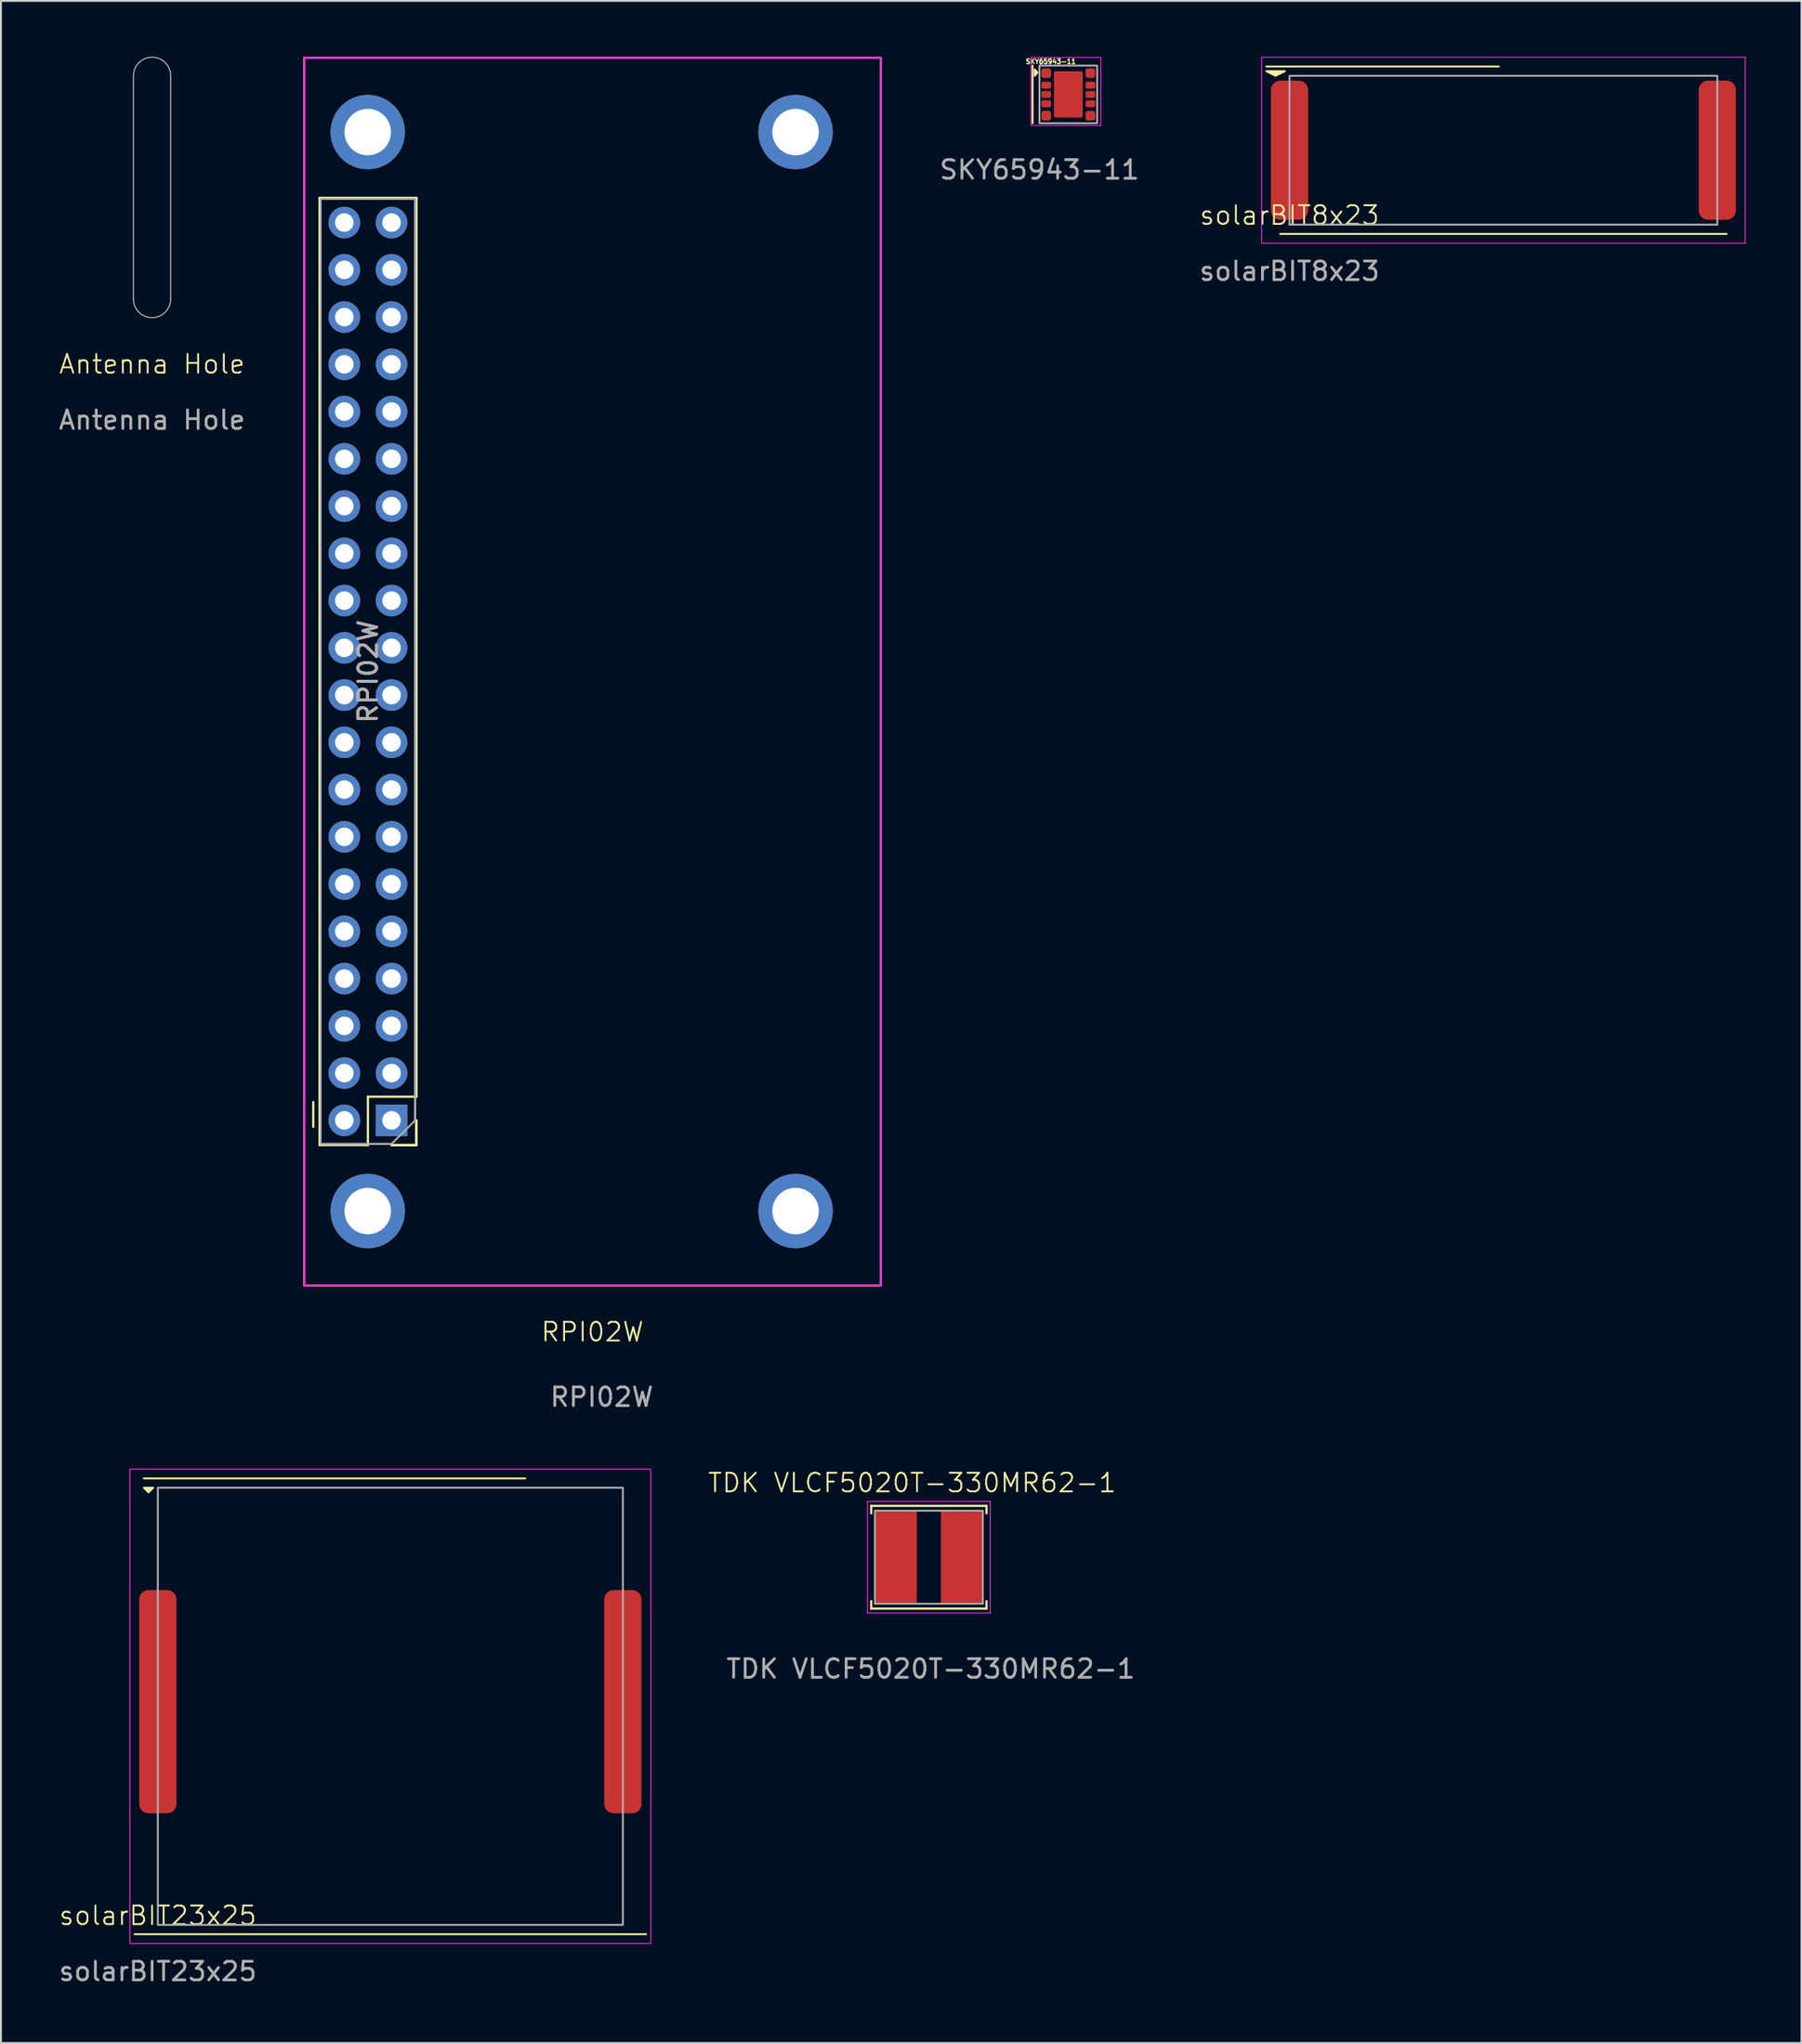
<source format=kicad_pcb>
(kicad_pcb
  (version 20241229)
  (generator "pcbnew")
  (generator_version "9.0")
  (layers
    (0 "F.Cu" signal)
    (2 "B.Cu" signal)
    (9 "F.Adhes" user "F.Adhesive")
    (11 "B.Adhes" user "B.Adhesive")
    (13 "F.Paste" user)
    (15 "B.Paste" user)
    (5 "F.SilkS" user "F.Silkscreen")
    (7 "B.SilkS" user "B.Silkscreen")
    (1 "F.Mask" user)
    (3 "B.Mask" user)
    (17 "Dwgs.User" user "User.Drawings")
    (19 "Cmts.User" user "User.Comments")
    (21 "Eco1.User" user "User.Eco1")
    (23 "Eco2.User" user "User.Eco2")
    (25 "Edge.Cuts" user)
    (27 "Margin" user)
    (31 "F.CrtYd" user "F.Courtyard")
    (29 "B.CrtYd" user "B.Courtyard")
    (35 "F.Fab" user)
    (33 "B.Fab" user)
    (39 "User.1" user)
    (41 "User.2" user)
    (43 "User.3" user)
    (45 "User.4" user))
  (footprint "solarBIT23x25"
    (layer "F.Cu")
    (at 5.435 100.423)
    (property "Reference" "solarBIT23x25" (at 0 -0.5 0) (unlocked yes) (layer "F.SilkS") (effects (font (size 1 1) (thickness 0.1))))
    (attr smd)
    (fp_line (start -0.75 -24) (end 19.75 -24) (stroke (width 0.1) (type default)) (layer "F.SilkS"))
    (fp_line (start 26.25 0.5) (end -1.25 0.5) (stroke (width 0.1) (type default)) (layer "F.SilkS"))
    (fp_poly (pts (xy -0.75 -23.5) (xy -0.5 -23.25) (xy -0.25 -23.5)) (stroke (width 0.1) (type solid)) (fill yes) (layer "F.SilkS"))
    (fp_rect (start -1.5 -24.5) (end 26.5 1) (stroke (width 0.05) (type default)) (fill no) (layer "F.CrtYd"))
    (fp_rect (start 0 -23.5) (end 25 0) (stroke (width 0.1) (type default)) (fill no) (layer "F.Fab"))
    (fp_text user "${REFERENCE}" (at 0 2.5 0) (unlocked yes) (layer "F.Fab") (effects (font (size 1 1) (thickness 0.15))))
    (pad "1" smd roundrect (at 0 -12) (size 2 12) (layers "F.Cu" "F.Mask" "F.Paste") (roundrect_rratio 0.25))
    (pad "2" smd roundrect (at 25 -12) (size 2 12) (layers "F.Cu" "F.Mask" "F.Paste") (roundrect_rratio 0.25)))
  (footprint "Antenna Hole"
    (layer "F.Cu")
    (at 5.125 17.025)
    (property "Reference" "Antenna Hole" (at 0 -0.5 0) (unlocked yes) (layer "F.SilkS") (effects (font (size 1 1) (thickness 0.1))))
    (attr through_hole)
    (fp_line (start -1 -16) (end -1 -4) (stroke (width 0.05) (type default)) (layer "Edge.Cuts"))
    (fp_line (start 1 -16) (end 1 -4) (stroke (width 0.05) (type default)) (layer "Edge.Cuts"))
    (fp_arc (start -1 -16) (mid 0 -17) (end 1 -16) (stroke (width 0.05) (type default)) (layer "Edge.Cuts"))
    (fp_arc (start 1 -4) (mid 0 -3) (end -1 -4) (stroke (width 0.05) (type default)) (layer "Edge.Cuts"))
    (fp_text user "${REFERENCE}" (at 0 2.5 0) (unlocked yes) (layer "F.Fab") (effects (font (size 1 1) (thickness 0.15)))))
  (footprint "TDK VLCF5020T-330MR62-1"
    (layer "F.Cu")
    (at 46.986 80.659)
    (property "Reference" "TDK VLCF5020T-330MR62-1" (at -1 -4 0) (unlocked yes) (layer "F.SilkS") (effects (font (size 1 1) (thickness 0.1))))
    (attr smd)
    (fp_line (start -3.2 -2.76) (end -3.2 -2.36) (stroke (width 0.12) (type solid)) (layer "F.SilkS"))
    (fp_line (start -3.2 -2.76) (end 3 -2.76) (stroke (width 0.12) (type solid)) (layer "F.SilkS"))
    (fp_line (start -3.2 2.76) (end -3.2 2.36) (stroke (width 0.12) (type solid)) (layer "F.SilkS"))
    (fp_line (start -3.2 2.76) (end 3 2.76) (stroke (width 0.12) (type solid)) (layer "F.SilkS"))
    (fp_line (start 3 -2.76) (end 3 -2.36) (stroke (width 0.12) (type solid)) (layer "F.SilkS"))
    (fp_line (start 3 2.76) (end 3 2.36) (stroke (width 0.12) (type solid)) (layer "F.SilkS"))
    (fp_line (start -3.4 -3) (end -3.4 3) (stroke (width 0.05) (type solid)) (layer "F.CrtYd"))
    (fp_line (start -3.4 3) (end 3.2 3) (stroke (width 0.05) (type solid)) (layer "F.CrtYd"))
    (fp_line (start 3.2 -3) (end -3.4 -3) (stroke (width 0.05) (type solid)) (layer "F.CrtYd"))
    (fp_line (start 3.2 3) (end 3.2 -3) (stroke (width 0.05) (type solid)) (layer "F.CrtYd"))
    (fp_line (start -3 -2.5) (end -3 2.5) (stroke (width 0.1) (type solid)) (layer "F.Fab"))
    (fp_line (start -3 2.5) (end 2.8 2.5) (stroke (width 0.1) (type solid)) (layer "F.Fab"))
    (fp_line (start 2.8 -2.5) (end -3 -2.5) (stroke (width 0.1) (type solid)) (layer "F.Fab"))
    (fp_line (start 2.8 2.5) (end 2.8 -2.5) (stroke (width 0.1) (type solid)) (layer "F.Fab"))
    (fp_text user "${REFERENCE}" (at 0 6 0) (unlocked yes) (layer "F.Fab") (effects (font (size 1 1) (thickness 0.15))))
    (pad "1" smd rect (at -1.85 0) (size 2.2 4.9) (layers "F.Cu" "F.Mask" "F.Paste"))
    (pad "2" smd rect (at 1.65 0) (size 2.2 4.9) (layers "F.Cu" "F.Mask" "F.Paste")))
  (footprint "solarBIT8x23"
    (layer "F.Cu")
    (at 66.273 9.025)
    (property "Reference" "solarBIT8x23" (at 0 -0.5 0) (unlocked yes) (layer "F.SilkS") (effects (font (size 1 1) (thickness 0.1))))
    (attr smd)
    (fp_line (start -1.25 -8.5) (end 11.25 -8.5) (stroke (width 0.1) (type default)) (layer "F.SilkS"))
    (fp_line (start -0.5 0.5) (end 23.5 0.5) (stroke (width 0.1) (type default)) (layer "F.SilkS"))
    (fp_poly (pts (xy -1.25 -8.25) (xy -0.75 -8) (xy -0.25 -8.25)) (stroke (width 0.1) (type solid)) (fill yes) (layer "F.SilkS"))
    (fp_rect (start -1.5 -9) (end 24.5 1) (stroke (width 0.05) (type default)) (fill no) (layer "F.CrtYd"))
    (fp_rect (start 0 -8) (end 23 0) (stroke (width 0.1) (type default)) (fill no) (layer "F.Fab"))
    (fp_text user "${REFERENCE}" (at 0 2.5 0) (unlocked yes) (layer "F.Fab") (effects (font (size 1 1) (thickness 0.15))))
    (pad "1" smd roundrect (at 0 -4) (size 2 7.48) (layers "F.Cu" "F.Mask" "F.Paste") (roundrect_rratio 0.25))
    (pad "2" smd roundrect (at 23 -4) (size 2 7.48) (layers "F.Cu" "F.Mask" "F.Paste") (roundrect_rratio 0.25)))
  (footprint "RPI02W"
    (layer "F.Cu")
    (at 28.8 27.55)
    (property "Reference" "RPI02W" (at 0 41 0) (unlocked yes) (layer "F.SilkS") (effects (font (size 1 1) (thickness 0.1))))
    (attr smd)
    (fp_line (start -15.01 28.645) (end -15.01 29.975) (stroke (width 0.12) (type solid)) (layer "F.SilkS"))
    (fp_line (start -14.67 30.955) (end -14.67 -19.965) (stroke (width 0.12) (type solid)) (layer "F.SilkS"))
    (fp_line (start -12.07 28.355) (end -12.07 30.955) (stroke (width 0.12) (type solid)) (layer "F.SilkS"))
    (fp_line (start -12.07 30.955) (end -14.67 30.955) (stroke (width 0.12) (type solid)) (layer "F.SilkS"))
    (fp_line (start -9.47 -19.965) (end -14.67 -19.965) (stroke (width 0.12) (type solid)) (layer "F.SilkS"))
    (fp_line (start -9.47 28.355) (end -12.07 28.355) (stroke (width 0.12) (type solid)) (layer "F.SilkS"))
    (fp_line (start -9.47 28.355) (end -9.47 -19.965) (stroke (width 0.12) (type solid)) (layer "F.SilkS"))
    (fp_line (start -9.47 28.355) (end -9.47 -19.965) (stroke (width 0.12) (type solid)) (layer "F.SilkS"))
    (fp_line (start -9.47 29.625) (end -9.47 30.955) (stroke (width 0.12) (type solid)) (layer "F.SilkS"))
    (fp_line (start -9.47 29.625) (end -9.47 30.955) (stroke (width 0.12) (type solid)) (layer "F.SilkS"))
    (fp_line (start -9.47 30.955) (end -10.8 30.955) (stroke (width 0.12) (type solid)) (layer "F.SilkS"))
    (fp_line (start -9.47 30.955) (end -10.8 30.955) (stroke (width 0.12) (type solid)) (layer "F.SilkS"))
    (fp_line (start -9.47 30.955) (end -10.8 30.955) (stroke (width 0.12) (type solid)) (layer "F.SilkS"))
    (fp_rect (start -15.5 -27.5) (end 15.5 38.5) (stroke (width 0.1) (type default)) (fill no) (layer "F.SilkS"))
    (fp_rect (start -15.5 -27.5) (end 15.5 38.5) (stroke (width 0.1) (type default)) (fill no) (layer "F.CrtYd"))
    (fp_line (start -14.61 -19.905) (end -9.53 -19.905) (stroke (width 0.1) (type solid)) (layer "F.Fab"))
    (fp_line (start -14.61 30.895) (end -14.61 -19.905) (stroke (width 0.1) (type solid)) (layer "F.Fab"))
    (fp_line (start -10.8 30.895) (end -14.61 30.895) (stroke (width 0.1) (type solid)) (layer "F.Fab"))
    (fp_line (start -10.8 30.895) (end -14.61 30.895) (stroke (width 0.1) (type solid)) (layer "F.Fab"))
    (fp_line (start -9.53 -19.905) (end -9.53 29.625) (stroke (width 0.1) (type solid)) (layer "F.Fab"))
    (fp_line (start -9.53 -19.905) (end -9.53 29.625) (stroke (width 0.1) (type solid)) (layer "F.Fab"))
    (fp_line (start -9.53 29.625) (end -10.8 30.895) (stroke (width 0.1) (type solid)) (layer "F.Fab"))
    (fp_text user "${REFERENCE}" (at 0.5 44.5 0) (unlocked yes) (layer "F.Fab") (effects (font (size 1 1) (thickness 0.15))))
    (fp_text user "${REFERENCE}" (at -12.07 5.495 270) (layer "F.Fab") (effects (font (size 1 1) (thickness 0.15))))
    (fp_text user "${REFERENCE}" (at -12.07 5.495 270) (layer "F.Fab") (effects (font (size 1 1) (thickness 0.15))))
    (fp_text user "${REFERENCE}" (at -12.07 5.495 270) (layer "F.Fab") (effects (font (size 1 1) (thickness 0.15))))
    (pad "1" thru_hole rect (at -10.8 29.625 180) (size 1.7 1.7) (drill 1) (layers "*.Cu" "*.Mask"))
    (pad "2" thru_hole oval (at -13.34 29.625 180) (size 1.7 1.7) (drill 1) (layers "*.Cu" "*.Mask"))
    (pad "3" thru_hole oval (at -10.8 27.085 180) (size 1.7 1.7) (drill 1) (layers "*.Cu" "*.Mask"))
    (pad "4" thru_hole oval (at -13.34 27.085 180) (size 1.7 1.7) (drill 1) (layers "*.Cu" "*.Mask"))
    (pad "5" thru_hole oval (at -10.8 24.545 180) (size 1.7 1.7) (drill 1) (layers "*.Cu" "*.Mask"))
    (pad "6" thru_hole oval (at -13.34 24.545 180) (size 1.7 1.7) (drill 1) (layers "*.Cu" "*.Mask"))
    (pad "7" thru_hole oval (at -10.8 22.005 180) (size 1.7 1.7) (drill 1) (layers "*.Cu" "*.Mask"))
    (pad "8" thru_hole oval (at -13.34 22.005 180) (size 1.7 1.7) (drill 1) (layers "*.Cu" "*.Mask"))
    (pad "9" thru_hole oval (at -10.8 19.465 180) (size 1.7 1.7) (drill 1) (layers "*.Cu" "*.Mask"))
    (pad "10" thru_hole oval (at -13.34 19.465 180) (size 1.7 1.7) (drill 1) (layers "*.Cu" "*.Mask"))
    (pad "11" thru_hole oval (at -10.8 16.925 180) (size 1.7 1.7) (drill 1) (layers "*.Cu" "*.Mask"))
    (pad "12" thru_hole oval (at -13.34 16.925 180) (size 1.7 1.7) (drill 1) (layers "*.Cu" "*.Mask"))
    (pad "13" thru_hole oval (at -10.8 14.385 180) (size 1.7 1.7) (drill 1) (layers "*.Cu" "*.Mask"))
    (pad "14" thru_hole oval (at -13.34 14.385 180) (size 1.7 1.7) (drill 1) (layers "*.Cu" "*.Mask"))
    (pad "15" thru_hole oval (at -10.8 11.845 180) (size 1.7 1.7) (drill 1) (layers "*.Cu" "*.Mask"))
    (pad "16" thru_hole oval (at -13.34 11.845 180) (size 1.7 1.7) (drill 1) (layers "*.Cu" "*.Mask"))
    (pad "17" thru_hole oval (at -10.8 9.305 180) (size 1.7 1.7) (drill 1) (layers "*.Cu" "*.Mask"))
    (pad "18" thru_hole oval (at -13.34 9.305 180) (size 1.7 1.7) (drill 1) (layers "*.Cu" "*.Mask"))
    (pad "19" thru_hole oval (at -10.8 6.765 180) (size 1.7 1.7) (drill 1) (layers "*.Cu" "*.Mask"))
    (pad "20" thru_hole oval (at -13.34 6.765 180) (size 1.7 1.7) (drill 1) (layers "*.Cu" "*.Mask"))
    (pad "21" thru_hole oval (at -10.8 4.225 180) (size 1.7 1.7) (drill 1) (layers "*.Cu" "*.Mask"))
    (pad "22" thru_hole oval (at -13.34 4.225 180) (size 1.7 1.7) (drill 1) (layers "*.Cu" "*.Mask"))
    (pad "23" thru_hole oval (at -10.8 1.685 180) (size 1.7 1.7) (drill 1) (layers "*.Cu" "*.Mask"))
    (pad "24" thru_hole oval (at -13.34 1.685 180) (size 1.7 1.7) (drill 1) (layers "*.Cu" "*.Mask"))
    (pad "25" thru_hole oval (at -10.8 -0.855 180) (size 1.7 1.7) (drill 1) (layers "*.Cu" "*.Mask"))
    (pad "26" thru_hole oval (at -13.34 -0.855 180) (size 1.7 1.7) (drill 1) (layers "*.Cu" "*.Mask"))
    (pad "27" thru_hole oval (at -10.8 -3.395 180) (size 1.7 1.7) (drill 1) (layers "*.Cu" "*.Mask"))
    (pad "28" thru_hole oval (at -13.34 -3.395 180) (size 1.7 1.7) (drill 1) (layers "*.Cu" "*.Mask"))
    (pad "29" thru_hole oval (at -10.8 -5.935 180) (size 1.7 1.7) (drill 1) (layers "*.Cu" "*.Mask"))
    (pad "30" thru_hole oval (at -13.34 -5.935 180) (size 1.7 1.7) (drill 1) (layers "*.Cu" "*.Mask"))
    (pad "31" thru_hole oval (at -10.8 -8.475 180) (size 1.7 1.7) (drill 1) (layers "*.Cu" "*.Mask"))
    (pad "32" thru_hole oval (at -13.34 -8.475 180) (size 1.7 1.7) (drill 1) (layers "*.Cu" "*.Mask"))
    (pad "33" thru_hole oval (at -10.8 -11.015 180) (size 1.7 1.7) (drill 1) (layers "*.Cu" "*.Mask"))
    (pad "34" thru_hole oval (at -13.34 -11.015 180) (size 1.7 1.7) (drill 1) (layers "*.Cu" "*.Mask"))
    (pad "35" thru_hole oval (at -10.8 -13.555 180) (size 1.7 1.7) (drill 1) (layers "*.Cu" "*.Mask"))
    (pad "36" thru_hole oval (at -13.34 -13.555 180) (size 1.7 1.7) (drill 1) (layers "*.Cu" "*.Mask"))
    (pad "37" thru_hole oval (at -10.8 -16.095 180) (size 1.7 1.7) (drill 1) (layers "*.Cu" "*.Mask"))
    (pad "38" thru_hole oval (at -13.34 -16.095 180) (size 1.7 1.7) (drill 1) (layers "*.Cu" "*.Mask"))
    (pad "39" thru_hole oval (at -10.8 -18.635 180) (size 1.7 1.7) (drill 1) (layers "*.Cu" "*.Mask"))
    (pad "40" thru_hole oval (at -13.34 -18.635 180) (size 1.7 1.7) (drill 1) (layers "*.Cu" "*.Mask"))
    (pad "41" thru_hole circle (at 10.92 -23.5) (size 4 4) (drill 2.5) (layers "*.Cu" "*.Mask"))
    (pad "42" thru_hole circle (at 10.92 34.5) (size 4 4) (drill 2.5) (layers "*.Cu" "*.Mask"))
    (pad "43" thru_hole circle (at -12.08 34.5) (size 4 4) (drill 2.5) (layers "*.Cu" "*.Mask"))
    (pad "44" thru_hole circle (at -12.08 -23.5) (size 4 4) (drill 2.5) (layers "*.Cu" "*.Mask")))
  (footprint "SKY65943-11"
    (layer "F.Cu")
    (at 54.382 2.026)
    (property "Reference" "SKY65943-11" (at -0.94 -1.77 0) (unlocked yes) (layer "F.SilkS") (effects (font (size 0.25 0.25) (thickness 0.062))))
    (attr smd)
    (fp_line (start -1.92 -1.55) (end -1.92 1.55) (stroke (width 0.1) (type default)) (layer "F.SilkS"))
    (fp_poly (pts (xy -1.807 -1) (xy -1.657 -1.18) (xy -1.807 -1.34)) (stroke (width 0.1) (type solid)) (fill yes) (layer "F.SilkS"))
    (fp_rect (start -2.01 -1.99) (end 1.75 1.67) (stroke (width 0.05) (type default)) (fill no) (layer "F.CrtYd"))
    (fp_rect (start -1.55 1.55) (end 1.55 -1.55) (stroke (width 0.1) (type default)) (fill no) (layer "F.Fab"))
    (fp_text user "${REFERENCE}" (at -1.55 4.05 0) (unlocked yes) (layer "F.Fab") (effects (font (size 1 1) (thickness 0.15))))
    (pad "" smd roundrect (at 0 -0.91) (size 1.55 0.67) (layers "F.Paste") (roundrect_rratio 0.25))
    (pad "" smd roundrect (at 0 0) (size 1.55 0.67) (layers "F.Paste") (roundrect_rratio 0.25))
    (pad "" smd roundrect (at 0 0.91) (size 1.55 0.67) (layers "F.Paste") (roundrect_rratio 0.25))
    (pad "1" smd roundrect (at -1.188 -1.143) (size 0.525 0.515) (layers "F.Cu" "F.Mask" "F.Paste") (roundrect_rratio 0.25))
    (pad "2" smd roundrect (at -1.183 -0.5) (size 0.525 0.375) (layers "F.Cu" "F.Mask" "F.Paste") (roundrect_rratio 0.25))
    (pad "3" smd roundrect (at -1.188 0) (size 0.525 0.375) (layers "F.Cu" "F.Mask" "F.Paste") (roundrect_rratio 0.25))
    (pad "4" smd roundrect (at -1.188 0.5) (size 0.525 0.375) (layers "F.Cu" "F.Mask" "F.Paste") (roundrect_rratio 0.25))
    (pad "5" smd roundrect (at -1.188 1.143) (size 0.525 0.515) (layers "F.Cu" "F.Mask" "F.Paste") (roundrect_rratio 0.25))
    (pad "6" smd roundrect (at 1.188 1.143) (size 0.525 0.515) (layers "F.Cu" "F.Mask" "F.Paste") (roundrect_rratio 0.25))
    (pad "7" smd roundrect (at 1.188 0.5) (size 0.525 0.375) (layers "F.Cu" "F.Mask" "F.Paste") (roundrect_rratio 0.25))
    (pad "8" smd roundrect (at 1.188 0) (size 0.525 0.375) (layers "F.Cu" "F.Mask" "F.Paste") (roundrect_rratio 0.25))
    (pad "9" smd roundrect (at 1.188 -0.5) (size 0.525 0.375) (layers "F.Cu" "F.Mask" "F.Paste") (roundrect_rratio 0.25))
    (pad "10" smd roundrect (at 1.188 -1.143) (size 0.525 0.515) (layers "F.Cu" "F.Mask" "F.Paste") (roundrect_rratio 0.25))
    (pad "11" smd roundrect (at 0 0) (size 1.55 2.487) (layers "F.Cu" "F.Mask" "F.Paste") (roundrect_rratio 0.065)))
  (gr_rect
    (start -3 -3)
    (end 93.798 106.772)
    (stroke (width 0.1) (type default))
    (fill no)
    (layer "Edge.Cuts")))
</source>
